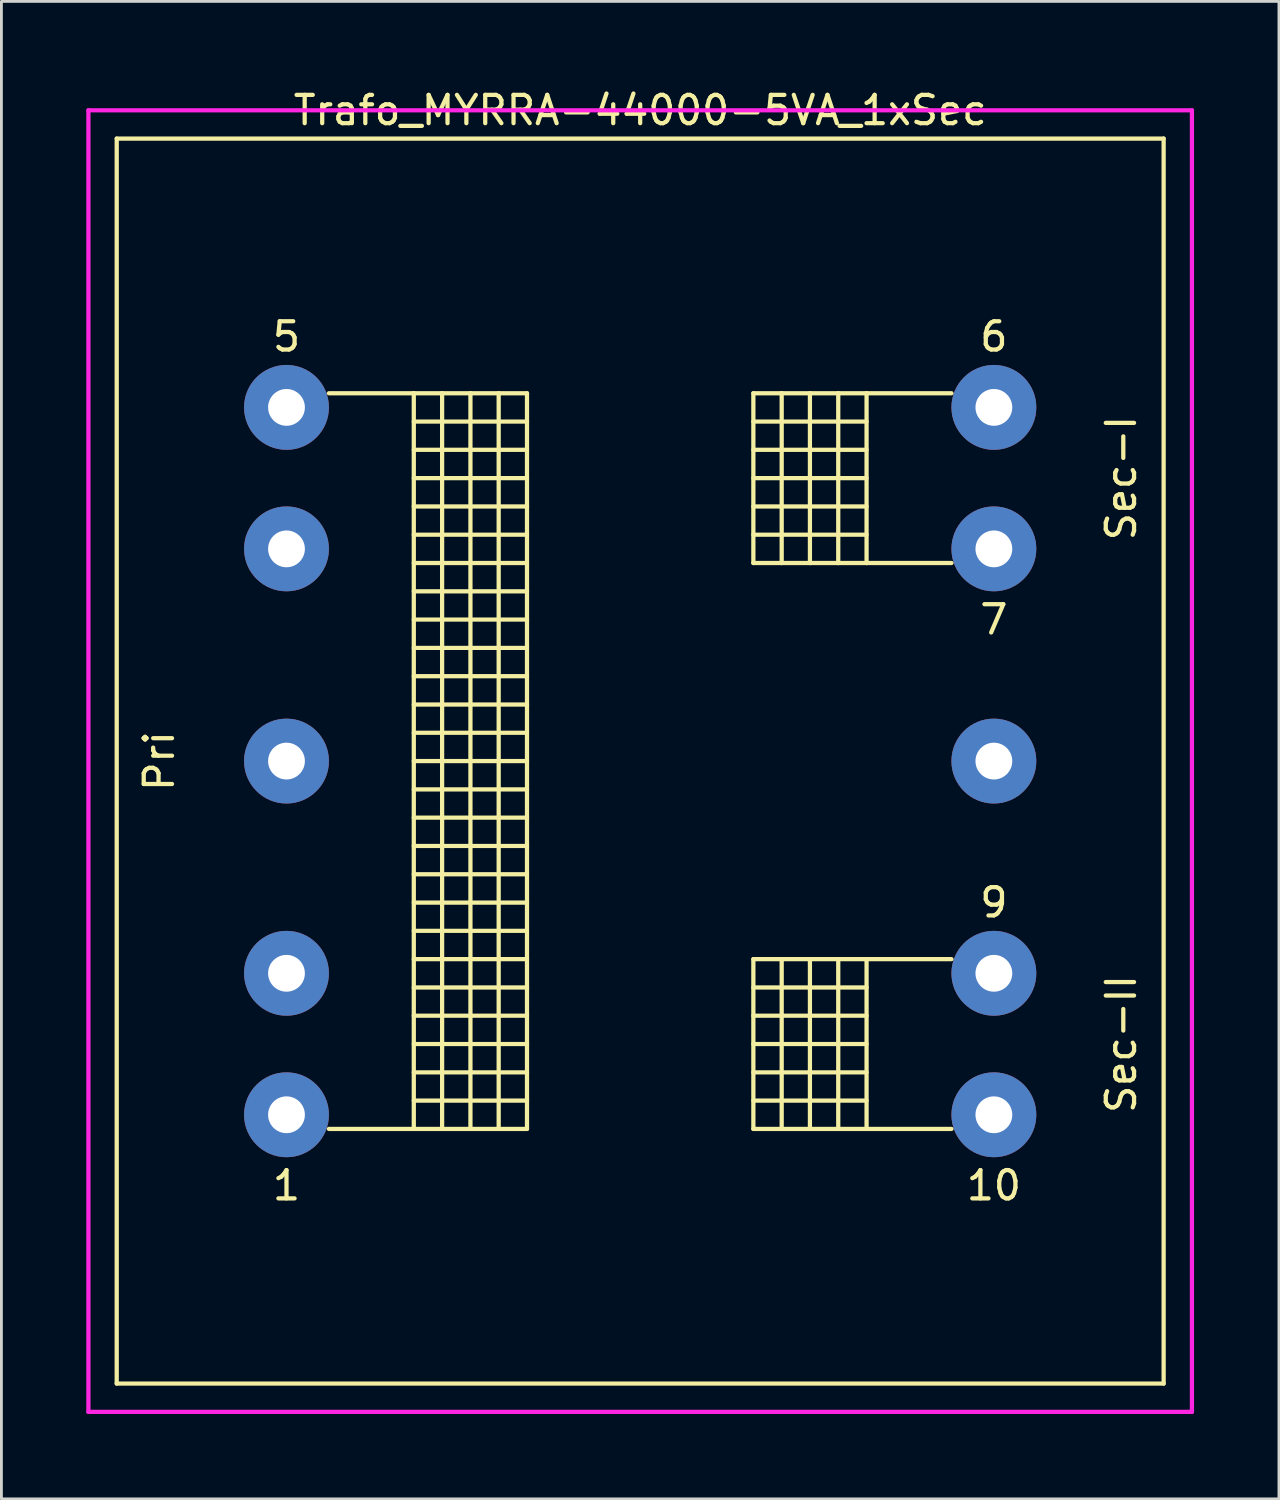
<source format=kicad_pcb>
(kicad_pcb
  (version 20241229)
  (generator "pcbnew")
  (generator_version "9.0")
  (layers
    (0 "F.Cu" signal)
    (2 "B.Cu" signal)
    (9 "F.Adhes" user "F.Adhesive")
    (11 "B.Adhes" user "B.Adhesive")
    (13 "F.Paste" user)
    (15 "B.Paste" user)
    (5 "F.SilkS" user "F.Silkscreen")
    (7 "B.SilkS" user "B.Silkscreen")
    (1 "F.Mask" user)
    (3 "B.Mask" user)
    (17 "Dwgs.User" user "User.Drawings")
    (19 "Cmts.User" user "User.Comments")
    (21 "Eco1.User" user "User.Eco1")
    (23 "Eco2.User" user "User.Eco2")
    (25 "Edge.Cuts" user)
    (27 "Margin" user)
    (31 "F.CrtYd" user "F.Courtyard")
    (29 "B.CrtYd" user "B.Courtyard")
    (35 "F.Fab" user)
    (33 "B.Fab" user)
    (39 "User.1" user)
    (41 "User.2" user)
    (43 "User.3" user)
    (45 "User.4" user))
  (footprint "Trafo_MYRRA-44000-5VA_1xSec"
    (layer "F.Cu")
    (at 19.575 23.848)
    (property "Reference" "Trafo_MYRRA-44000-5VA_1xSec" (at 0 -23 0) (layer "F.SilkS") (effects (font (size 1 1) (thickness 0.15))))
    (attr through_hole)
    (fp_line (start -18.5 -22) (end 18.5 -22) (stroke (width 0.15) (type solid)) (layer "F.SilkS"))
    (fp_line (start -18.5 22) (end -18.5 -22) (stroke (width 0.15) (type solid)) (layer "F.SilkS"))
    (fp_line (start -11.001 -13) (end -8.001 -13) (stroke (width 0.15) (type solid)) (layer "F.SilkS"))
    (fp_line (start -8.001 -13) (end -8.001 13) (stroke (width 0.15) (type solid)) (layer "F.SilkS"))
    (fp_line (start -8.001 -13) (end -7 -13) (stroke (width 0.15) (type solid)) (layer "F.SilkS"))
    (fp_line (start -8.001 -11.999) (end -4 -11.999) (stroke (width 0.15) (type solid)) (layer "F.SilkS"))
    (fp_line (start -8.001 -11.001) (end -4 -11.001) (stroke (width 0.15) (type solid)) (layer "F.SilkS"))
    (fp_line (start -8.001 -10) (end -4 -10) (stroke (width 0.15) (type solid)) (layer "F.SilkS"))
    (fp_line (start -8.001 -8.999) (end -4 -8.999) (stroke (width 0.15) (type solid)) (layer "F.SilkS"))
    (fp_line (start -8.001 -8.001) (end -4 -8.001) (stroke (width 0.15) (type solid)) (layer "F.SilkS"))
    (fp_line (start -8.001 -7) (end -4 -7) (stroke (width 0.15) (type solid)) (layer "F.SilkS"))
    (fp_line (start -8.001 -5.999) (end -4 -5.999) (stroke (width 0.15) (type solid)) (layer "F.SilkS"))
    (fp_line (start -8.001 -5.001) (end -4 -5.001) (stroke (width 0.15) (type solid)) (layer "F.SilkS"))
    (fp_line (start -8.001 -4) (end -4 -4) (stroke (width 0.15) (type solid)) (layer "F.SilkS"))
    (fp_line (start -8.001 -3) (end -4 -3) (stroke (width 0.15) (type solid)) (layer "F.SilkS"))
    (fp_line (start -8.001 -1.999) (end -4 -1.999) (stroke (width 0.15) (type solid)) (layer "F.SilkS"))
    (fp_line (start -8.001 -1.001) (end -4 -1.001) (stroke (width 0.15) (type solid)) (layer "F.SilkS"))
    (fp_line (start -8.001 0) (end -4 0) (stroke (width 0.15) (type solid)) (layer "F.SilkS"))
    (fp_line (start -8.001 1.001) (end -4 1.001) (stroke (width 0.15) (type solid)) (layer "F.SilkS"))
    (fp_line (start -8.001 1.999) (end -4 1.999) (stroke (width 0.15) (type solid)) (layer "F.SilkS"))
    (fp_line (start -8.001 3) (end -4 3) (stroke (width 0.15) (type solid)) (layer "F.SilkS"))
    (fp_line (start -8.001 4) (end -4 4) (stroke (width 0.15) (type solid)) (layer "F.SilkS"))
    (fp_line (start -8.001 5.001) (end -4 5.001) (stroke (width 0.15) (type solid)) (layer "F.SilkS"))
    (fp_line (start -8.001 5.999) (end -4 5.999) (stroke (width 0.15) (type solid)) (layer "F.SilkS"))
    (fp_line (start -8.001 7) (end -4 7) (stroke (width 0.15) (type solid)) (layer "F.SilkS"))
    (fp_line (start -8.001 8.001) (end -4 8.001) (stroke (width 0.15) (type solid)) (layer "F.SilkS"))
    (fp_line (start -8.001 8.999) (end -4 8.999) (stroke (width 0.15) (type solid)) (layer "F.SilkS"))
    (fp_line (start -8.001 10) (end -4 10) (stroke (width 0.15) (type solid)) (layer "F.SilkS"))
    (fp_line (start -8.001 11.999) (end -4 11.999) (stroke (width 0.15) (type solid)) (layer "F.SilkS"))
    (fp_line (start -8.001 13) (end -11.001 13) (stroke (width 0.15) (type solid)) (layer "F.SilkS"))
    (fp_line (start -7 -13) (end -7 13) (stroke (width 0.15) (type solid)) (layer "F.SilkS"))
    (fp_line (start -7 -13) (end -5.999 -13) (stroke (width 0.15) (type solid)) (layer "F.SilkS"))
    (fp_line (start -7 11.001) (end -8.001 11.001) (stroke (width 0.15) (type solid)) (layer "F.SilkS"))
    (fp_line (start -7 11.001) (end -4 11.001) (stroke (width 0.15) (type solid)) (layer "F.SilkS"))
    (fp_line (start -7 13) (end -8.001 13) (stroke (width 0.15) (type solid)) (layer "F.SilkS"))
    (fp_line (start -5.999 -13) (end -5.999 13) (stroke (width 0.15) (type solid)) (layer "F.SilkS"))
    (fp_line (start -5.999 -13) (end -5.001 -13) (stroke (width 0.15) (type solid)) (layer "F.SilkS"))
    (fp_line (start -5.999 13) (end -7 13) (stroke (width 0.15) (type solid)) (layer "F.SilkS"))
    (fp_line (start -5.001 -13) (end -5.001 13) (stroke (width 0.15) (type solid)) (layer "F.SilkS"))
    (fp_line (start -5.001 -13) (end -4 -13) (stroke (width 0.15) (type solid)) (layer "F.SilkS"))
    (fp_line (start -5.001 13) (end -5.999 13) (stroke (width 0.15) (type solid)) (layer "F.SilkS"))
    (fp_line (start -4 -13) (end -4 13) (stroke (width 0.15) (type solid)) (layer "F.SilkS"))
    (fp_line (start -4 13) (end -5.001 13) (stroke (width 0.15) (type solid)) (layer "F.SilkS"))
    (fp_line (start 4 -13) (end 4 -7) (stroke (width 0.15) (type solid)) (layer "F.SilkS"))
    (fp_line (start 4 -11.999) (end 8.001 -11.999) (stroke (width 0.15) (type solid)) (layer "F.SilkS"))
    (fp_line (start 4 -11.001) (end 8.001 -11.001) (stroke (width 0.15) (type solid)) (layer "F.SilkS"))
    (fp_line (start 4 -10) (end 8.001 -10) (stroke (width 0.15) (type solid)) (layer "F.SilkS"))
    (fp_line (start 4 -8.999) (end 8.001 -8.999) (stroke (width 0.15) (type solid)) (layer "F.SilkS"))
    (fp_line (start 4 -8.001) (end 8.001 -8.001) (stroke (width 0.15) (type solid)) (layer "F.SilkS"))
    (fp_line (start 4 -7) (end 5.001 -7) (stroke (width 0.15) (type solid)) (layer "F.SilkS"))
    (fp_line (start 4 7) (end 4 13) (stroke (width 0.15) (type solid)) (layer "F.SilkS"))
    (fp_line (start 4 8.001) (end 8.001 8.001) (stroke (width 0.15) (type solid)) (layer "F.SilkS"))
    (fp_line (start 4 8.999) (end 8.001 8.999) (stroke (width 0.15) (type solid)) (layer "F.SilkS"))
    (fp_line (start 4 10) (end 8.001 10) (stroke (width 0.15) (type solid)) (layer "F.SilkS"))
    (fp_line (start 4 11.001) (end 8.001 11.001) (stroke (width 0.15) (type solid)) (layer "F.SilkS"))
    (fp_line (start 4 11.999) (end 8.001 11.999) (stroke (width 0.15) (type solid)) (layer "F.SilkS"))
    (fp_line (start 4 13) (end 5.001 13) (stroke (width 0.15) (type solid)) (layer "F.SilkS"))
    (fp_line (start 5.001 -13) (end 4 -13) (stroke (width 0.15) (type solid)) (layer "F.SilkS"))
    (fp_line (start 5.001 -13) (end 5.001 -7) (stroke (width 0.15) (type solid)) (layer "F.SilkS"))
    (fp_line (start 5.001 -7) (end 5.999 -7) (stroke (width 0.15) (type solid)) (layer "F.SilkS"))
    (fp_line (start 5.001 7) (end 4 7) (stroke (width 0.15) (type solid)) (layer "F.SilkS"))
    (fp_line (start 5.001 7) (end 5.001 13) (stroke (width 0.15) (type solid)) (layer "F.SilkS"))
    (fp_line (start 5.001 13) (end 5.999 13) (stroke (width 0.15) (type solid)) (layer "F.SilkS"))
    (fp_line (start 5.999 -13) (end 5.001 -13) (stroke (width 0.15) (type solid)) (layer "F.SilkS"))
    (fp_line (start 5.999 -13) (end 5.999 -7) (stroke (width 0.15) (type solid)) (layer "F.SilkS"))
    (fp_line (start 5.999 -7) (end 7 -7) (stroke (width 0.15) (type solid)) (layer "F.SilkS"))
    (fp_line (start 5.999 7) (end 5.001 7) (stroke (width 0.15) (type solid)) (layer "F.SilkS"))
    (fp_line (start 5.999 7) (end 5.999 13) (stroke (width 0.15) (type solid)) (layer "F.SilkS"))
    (fp_line (start 5.999 13) (end 7 13) (stroke (width 0.15) (type solid)) (layer "F.SilkS"))
    (fp_line (start 7 -13) (end 5.999 -13) (stroke (width 0.15) (type solid)) (layer "F.SilkS"))
    (fp_line (start 7 -13) (end 7 -7) (stroke (width 0.15) (type solid)) (layer "F.SilkS"))
    (fp_line (start 7 -7) (end 8.001 -7) (stroke (width 0.15) (type solid)) (layer "F.SilkS"))
    (fp_line (start 7 7) (end 5.999 7) (stroke (width 0.15) (type solid)) (layer "F.SilkS"))
    (fp_line (start 7 7) (end 7 13) (stroke (width 0.15) (type solid)) (layer "F.SilkS"))
    (fp_line (start 7 13) (end 8.001 13) (stroke (width 0.15) (type solid)) (layer "F.SilkS"))
    (fp_line (start 8.001 -13) (end 7 -13) (stroke (width 0.15) (type solid)) (layer "F.SilkS"))
    (fp_line (start 8.001 -13) (end 8.001 -7) (stroke (width 0.15) (type solid)) (layer "F.SilkS"))
    (fp_line (start 8.001 -7) (end 11.001 -7) (stroke (width 0.15) (type solid)) (layer "F.SilkS"))
    (fp_line (start 8.001 7) (end 7 7) (stroke (width 0.15) (type solid)) (layer "F.SilkS"))
    (fp_line (start 8.001 7) (end 8.001 13) (stroke (width 0.15) (type solid)) (layer "F.SilkS"))
    (fp_line (start 8.001 13) (end 11.001 13) (stroke (width 0.15) (type solid)) (layer "F.SilkS"))
    (fp_line (start 11.001 -13) (end 8.001 -13) (stroke (width 0.15) (type solid)) (layer "F.SilkS"))
    (fp_line (start 11.001 7) (end 8.001 7) (stroke (width 0.15) (type solid)) (layer "F.SilkS"))
    (fp_line (start 18.5 -22) (end 18.5 22) (stroke (width 0.15) (type solid)) (layer "F.SilkS"))
    (fp_line (start 18.5 22) (end -18.5 22) (stroke (width 0.15) (type solid)) (layer "F.SilkS"))
    (fp_line (start -19.5 -23) (end 19.5 -23) (stroke (width 0.15) (type solid)) (layer "F.CrtYd"))
    (fp_line (start -19.5 23) (end -19.5 -23) (stroke (width 0.15) (type solid)) (layer "F.CrtYd"))
    (fp_line (start 19.5 -23) (end 19.5 23) (stroke (width 0.15) (type solid)) (layer "F.CrtYd"))
    (fp_line (start 19.5 23) (end -19.5 23) (stroke (width 0.15) (type solid)) (layer "F.CrtYd"))
    (fp_text user "5" (at -12.5 -15 0) (layer "F.SilkS") (effects (font (size 1 1) (thickness 0.15))))
    (fp_text user "9" (at 12.5 5 0) (layer "F.SilkS") (effects (font (size 1 1) (thickness 0.15))))
    (fp_text user "7" (at 12.5 -5 0) (layer "F.SilkS") (effects (font (size 1 1) (thickness 0.15))))
    (fp_text user "6" (at 12.5 -15 0) (layer "F.SilkS") (effects (font (size 1 1) (thickness 0.15))))
    (fp_text user "Sec-II" (at 17 10 90) (layer "F.SilkS") (effects (font (size 1 1) (thickness 0.15))))
    (fp_text user "Pri" (at -17 0 90) (layer "F.SilkS") (effects (font (size 1 1) (thickness 0.15))))
    (fp_text user "1" (at -12.5 15 0) (layer "F.SilkS") (effects (font (size 1 1) (thickness 0.15))))
    (fp_text user "Sec-I" (at 17 -10 90) (layer "F.SilkS") (effects (font (size 1 1) (thickness 0.15))))
    (fp_text user "10" (at 12.5 15 0) (layer "F.SilkS") (effects (font (size 1 1) (thickness 0.15))))
    (pad "1" thru_hole circle (at -12.5 12.5) (size 3 3) (drill 1.3) (layers "*.Cu" "*.Mask"))
    (pad "2" thru_hole circle (at -12.5 7.5) (size 3 3) (drill 1.3) (layers "*.Cu" "*.Mask"))
    (pad "3" thru_hole circle (at -12.5 0) (size 3 3) (drill 1.3) (layers "*.Cu" "*.Mask"))
    (pad "4" thru_hole circle (at -12.5 -7.5) (size 3 3) (drill 1.3) (layers "*.Cu" "*.Mask"))
    (pad "5" thru_hole circle (at -12.5 -12.5) (size 3 3) (drill 1.3) (layers "*.Cu" "*.Mask"))
    (pad "6" thru_hole circle (at 12.5 -12.5) (size 3 3) (drill 1.3) (layers "*.Cu" "*.Mask"))
    (pad "7" thru_hole circle (at 12.5 -7.5) (size 3 3) (drill 1.3) (layers "*.Cu" "*.Mask"))
    (pad "8" thru_hole circle (at 12.5 0) (size 3 3) (drill 1.3) (layers "*.Cu" "*.Mask"))
    (pad "9" thru_hole circle (at 12.5 7.5) (size 3 3) (drill 1.3) (layers "*.Cu" "*.Mask"))
    (pad "10" thru_hole circle (at 12.5 12.5) (size 3 3) (drill 1.3) (layers "*.Cu" "*.Mask")))
  (gr_rect
    (start -3 -3)
    (end 42.15 49.923)
    (stroke (width 0.1) (type default))
    (fill no)
    (layer "Edge.Cuts")))
</source>
